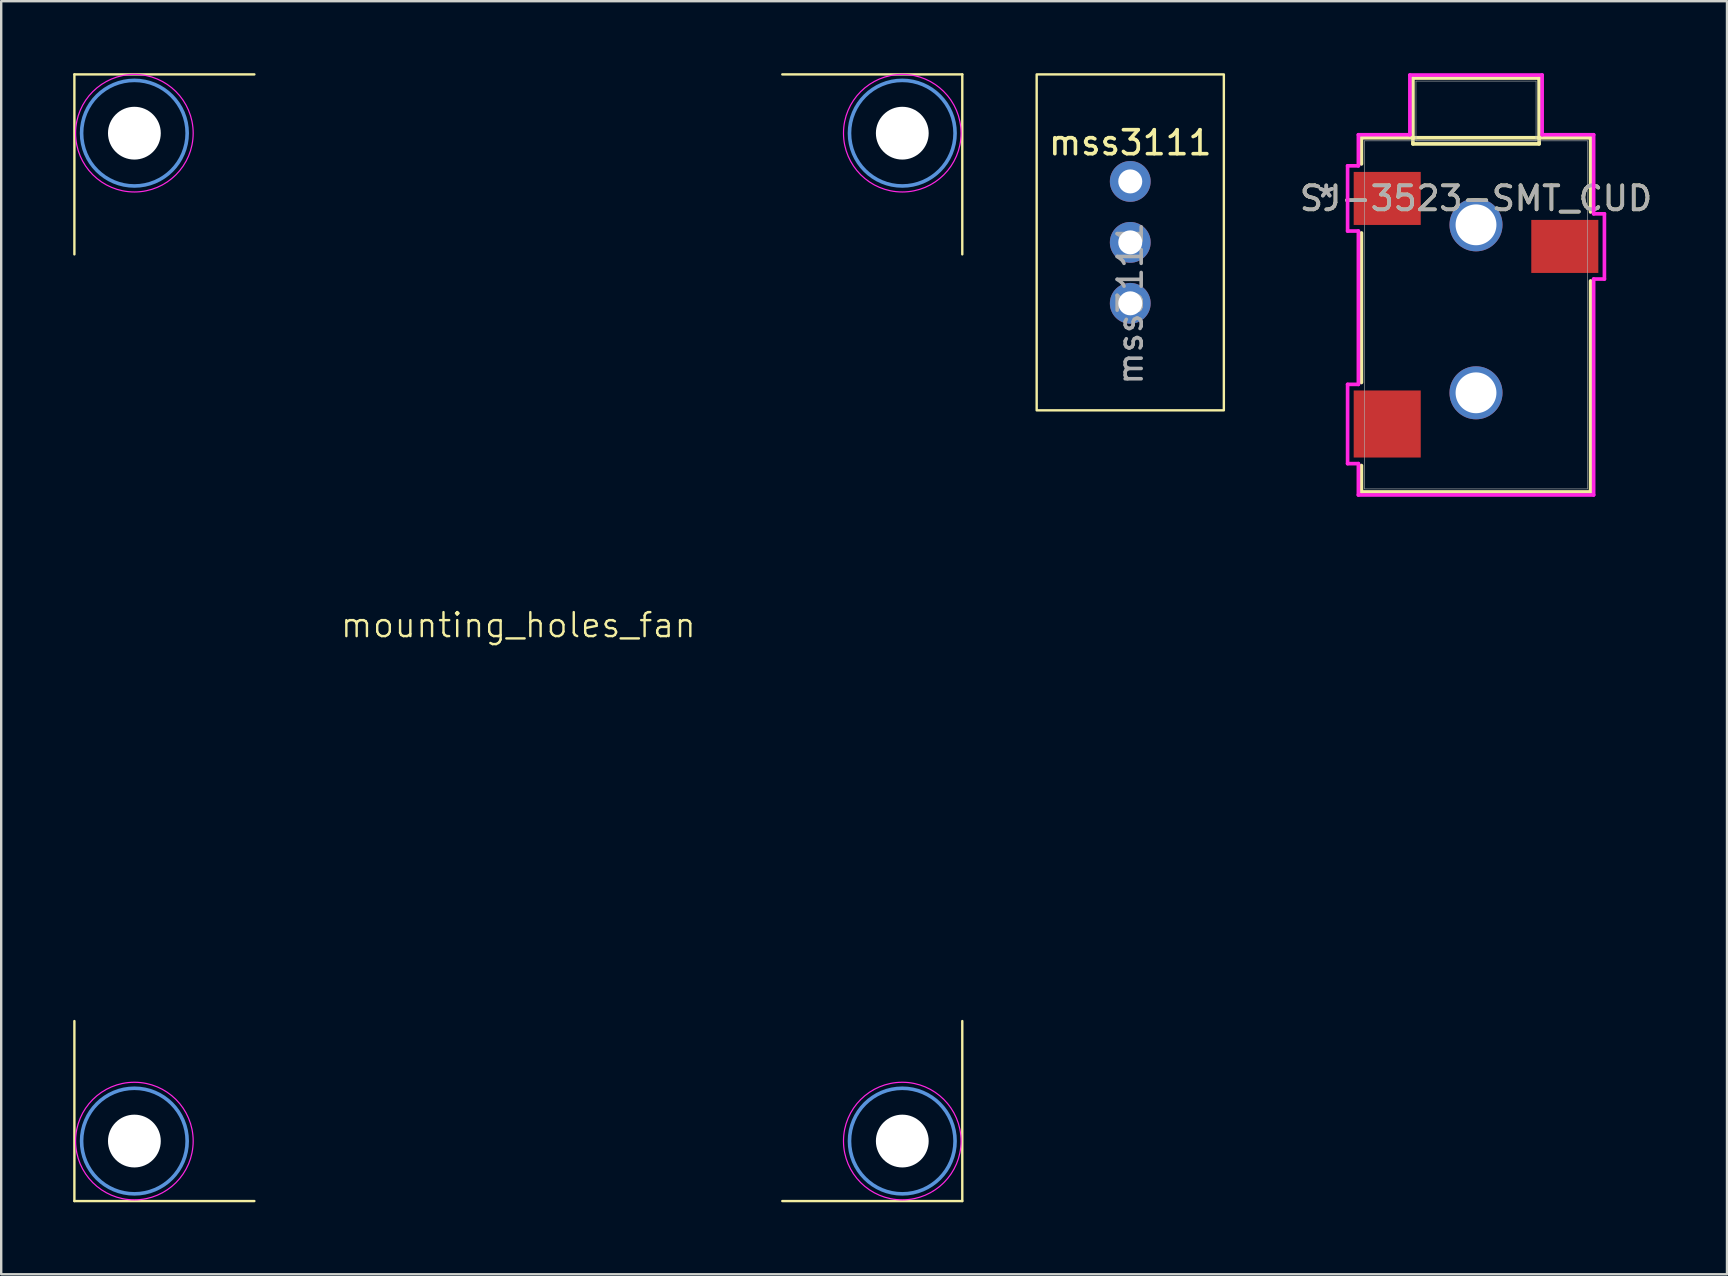
<source format=kicad_pcb>
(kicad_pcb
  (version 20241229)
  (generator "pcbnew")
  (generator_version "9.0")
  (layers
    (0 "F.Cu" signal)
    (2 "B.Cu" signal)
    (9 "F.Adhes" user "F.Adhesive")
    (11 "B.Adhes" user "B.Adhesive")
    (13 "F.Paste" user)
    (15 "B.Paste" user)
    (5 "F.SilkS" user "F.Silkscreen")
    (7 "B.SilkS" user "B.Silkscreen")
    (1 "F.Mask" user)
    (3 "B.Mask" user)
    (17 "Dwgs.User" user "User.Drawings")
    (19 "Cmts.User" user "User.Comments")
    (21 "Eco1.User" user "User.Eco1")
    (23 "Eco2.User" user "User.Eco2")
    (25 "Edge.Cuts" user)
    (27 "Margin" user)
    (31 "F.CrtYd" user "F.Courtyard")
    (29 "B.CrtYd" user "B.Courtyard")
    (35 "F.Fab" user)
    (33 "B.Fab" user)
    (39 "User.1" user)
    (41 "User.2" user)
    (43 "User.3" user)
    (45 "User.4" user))
  (footprint "mss3111"
    (layer "F.Cu")
    (at 44.05 7.05)
    (property "Reference" "mss3111" (at 0 -4.15 0) (layer "F.SilkS") (effects (font (size 1 1) (thickness 0.15))))
    (attr through_hole)
    (fp_rect (start -3.9 -7) (end 3.9 7) (stroke (width 0.1) (type default)) (fill no) (layer "F.SilkS"))
    (fp_text user "${REFERENCE}" (at 0 2.54 90) (layer "F.Fab") (effects (font (size 1 1) (thickness 0.15))))
    (pad "1" thru_hole oval (at 0 -2.54) (size 1.7 1.7) (drill 1) (layers "*.Cu" "*.Mask"))
    (pad "2" thru_hole oval (at 0 0) (size 1.7 1.7) (drill 1) (layers "*.Cu" "*.Mask"))
    (pad "3" thru_hole oval (at 0 2.54) (size 1.7 1.7) (drill 1) (layers "*.Cu" "*.Mask")))
  (footprint "SJ-3523-SMT_CUD"
    (layer "F.Cu")
    (at 58.458 10.071)
    (property "Reference" "SJ-3523-SMT_CUD" (at 0 -4.852 0) (unlocked yes) (layer "F.SilkS") (effects (font (size 1 1) (thickness 0.15))))
    (attr smd)
    (fp_line (start -4.775 -7.379) (end -4.775 -6.289) (stroke (width 0.152) (type solid)) (layer "F.SilkS"))
    (fp_line (start -4.775 -3.414) (end -4.775 2.819) (stroke (width 0.152) (type solid)) (layer "F.SilkS"))
    (fp_line (start -4.775 6.278) (end -4.775 7.379) (stroke (width 0.152) (type solid)) (layer "F.SilkS"))
    (fp_line (start -4.775 7.379) (end 4.775 7.379) (stroke (width 0.152) (type solid)) (layer "F.SilkS"))
    (fp_line (start -2.629 -9.868) (end -2.629 -7.125) (stroke (width 0.152) (type solid)) (layer "F.SilkS"))
    (fp_line (start -2.629 -7.125) (end 2.629 -7.125) (stroke (width 0.152) (type solid)) (layer "F.SilkS"))
    (fp_line (start 2.629 -9.868) (end -2.629 -9.868) (stroke (width 0.152) (type solid)) (layer "F.SilkS"))
    (fp_line (start 2.629 -7.125) (end 2.629 -9.868) (stroke (width 0.152) (type solid)) (layer "F.SilkS"))
    (fp_line (start 4.775 -7.379) (end -4.775 -7.379) (stroke (width 0.152) (type solid)) (layer "F.SilkS"))
    (fp_line (start 4.775 -4.289) (end 4.775 -7.379) (stroke (width 0.152) (type solid)) (layer "F.SilkS"))
    (fp_line (start 4.775 7.379) (end 4.775 -1.414) (stroke (width 0.152) (type solid)) (layer "F.SilkS"))
    (fp_line (start -5.351 -6.211) (end -5.351 -3.493) (stroke (width 0.152) (type solid)) (layer "F.CrtYd"))
    (fp_line (start -5.351 -3.493) (end -4.902 -3.493) (stroke (width 0.152) (type solid)) (layer "F.CrtYd"))
    (fp_line (start -5.351 2.897) (end -5.351 6.199) (stroke (width 0.152) (type solid)) (layer "F.CrtYd"))
    (fp_line (start -5.351 6.199) (end -4.902 6.199) (stroke (width 0.152) (type solid)) (layer "F.CrtYd"))
    (fp_line (start -4.902 -7.506) (end -4.902 -6.211) (stroke (width 0.152) (type solid)) (layer "F.CrtYd"))
    (fp_line (start -4.902 -6.211) (end -5.351 -6.211) (stroke (width 0.152) (type solid)) (layer "F.CrtYd"))
    (fp_line (start -4.902 -3.493) (end -4.902 2.897) (stroke (width 0.152) (type solid)) (layer "F.CrtYd"))
    (fp_line (start -4.902 2.897) (end -5.351 2.897) (stroke (width 0.152) (type solid)) (layer "F.CrtYd"))
    (fp_line (start -4.902 6.199) (end -4.902 7.506) (stroke (width 0.152) (type solid)) (layer "F.CrtYd"))
    (fp_line (start -4.902 7.506) (end 4.902 7.506) (stroke (width 0.152) (type solid)) (layer "F.CrtYd"))
    (fp_line (start -2.756 -9.995) (end -2.756 -7.506) (stroke (width 0.152) (type solid)) (layer "F.CrtYd"))
    (fp_line (start -2.756 -7.506) (end -4.902 -7.506) (stroke (width 0.152) (type solid)) (layer "F.CrtYd"))
    (fp_line (start 2.756 -9.995) (end -2.756 -9.995) (stroke (width 0.152) (type solid)) (layer "F.CrtYd"))
    (fp_line (start 2.756 -7.506) (end 2.756 -9.995) (stroke (width 0.152) (type solid)) (layer "F.CrtYd"))
    (fp_line (start 4.902 -7.506) (end 2.756 -7.506) (stroke (width 0.152) (type solid)) (layer "F.CrtYd"))
    (fp_line (start 4.902 -4.211) (end 4.902 -7.506) (stroke (width 0.152) (type solid)) (layer "F.CrtYd"))
    (fp_line (start 4.902 -1.493) (end 5.351 -1.493) (stroke (width 0.152) (type solid)) (layer "F.CrtYd"))
    (fp_line (start 4.902 7.506) (end 4.902 -1.493) (stroke (width 0.152) (type solid)) (layer "F.CrtYd"))
    (fp_line (start 5.351 -4.211) (end 4.902 -4.211) (stroke (width 0.152) (type solid)) (layer "F.CrtYd"))
    (fp_line (start 5.351 -1.493) (end 5.351 -4.211) (stroke (width 0.152) (type solid)) (layer "F.CrtYd"))
    (fp_line (start -4.648 -7.252) (end -4.648 7.252) (stroke (width 0.025) (type solid)) (layer "F.Fab"))
    (fp_line (start -4.648 7.252) (end 4.648 7.252) (stroke (width 0.025) (type solid)) (layer "F.Fab"))
    (fp_line (start -2.502 -9.741) (end -2.502 -7.252) (stroke (width 0.025) (type solid)) (layer "F.Fab"))
    (fp_line (start -2.502 -7.252) (end 2.502 -7.252) (stroke (width 0.025) (type solid)) (layer "F.Fab"))
    (fp_line (start 2.502 -9.741) (end -2.502 -9.741) (stroke (width 0.025) (type solid)) (layer "F.Fab"))
    (fp_line (start 2.502 -7.252) (end 2.502 -9.741) (stroke (width 0.025) (type solid)) (layer "F.Fab"))
    (fp_line (start 4.648 -7.252) (end -4.648 -7.252) (stroke (width 0.025) (type solid)) (layer "F.Fab"))
    (fp_line (start 4.648 7.252) (end 4.648 -7.252) (stroke (width 0.025) (type solid)) (layer "F.Fab"))
    (fp_text user "*" (at -6.24 -4.852 0) (unlocked yes) (layer "F.Fab") (effects (font (size 1 1) (thickness 0.15))))
    (fp_text user "${REFERENCE}" (at 0 -4.852 0) (unlocked yes) (layer "F.Fab") (effects (font (size 1 1) (thickness 0.15))))
    (fp_text user "*" (at -6.24 -4.852 0) (layer "F.Fab") (effects (font (size 1 1) (thickness 0.15))))
    (pad "" np_thru_hole circle (at 0 -3.752) (size 2.21 2.21) (drill 1.702) (layers "*.Cu" "*.Mask"))
    (pad "" np_thru_hole circle (at 0 3.248) (size 2.21 2.21) (drill 1.702) (layers "*.Cu" "*.Mask"))
    (pad "1" smd rect (at -3.7 -4.852) (size 2.794 2.21) (layers "F.Cu" "F.Mask" "F.Paste"))
    (pad "2" smd rect (at -3.7 4.548) (size 2.794 2.794) (layers "F.Cu" "F.Mask" "F.Paste"))
    (pad "3" smd rect (at 3.7 -2.852) (size 2.794 2.21) (layers "F.Cu" "F.Mask" "F.Paste")))
  (footprint "mounting_holes_fan"
    (layer "F.Cu")
    (at 18.55 23.5)
    (property "Reference" "mounting_holes_fan" (at 0 -0.5 0) (unlocked yes) (layer "F.SilkS") (effects (font (size 1 1) (thickness 0.1))))
    (fp_line (start -18.5 -23.45) (end -11 -23.45) (stroke (width 0.1) (type default)) (layer "F.SilkS"))
    (fp_line (start -18.5 -15.95) (end -18.5 -23.45) (stroke (width 0.1) (type default)) (layer "F.SilkS"))
    (fp_line (start -18.5 16) (end -18.5 23.5) (stroke (width 0.1) (type default)) (layer "F.SilkS"))
    (fp_line (start -18.5 23.5) (end -11 23.5) (stroke (width 0.1) (type default)) (layer "F.SilkS"))
    (fp_line (start 18.5 -23.45) (end 11 -23.45) (stroke (width 0.1) (type default)) (layer "F.SilkS"))
    (fp_line (start 18.5 -15.95) (end 18.5 -23.45) (stroke (width 0.1) (type default)) (layer "F.SilkS"))
    (fp_line (start 18.5 16) (end 18.5 23.5) (stroke (width 0.1) (type default)) (layer "F.SilkS"))
    (fp_line (start 18.5 23.5) (end 11 23.5) (stroke (width 0.1) (type default)) (layer "F.SilkS"))
    (fp_circle (center -16 -21) (end -13.8 -21) (stroke (width 0.15) (type solid)) (fill no) (layer "Cmts.User"))
    (fp_circle (center -16 21) (end -13.8 21) (stroke (width 0.15) (type solid)) (fill no) (layer "Cmts.User"))
    (fp_circle (center 16 -21) (end 18.2 -21) (stroke (width 0.15) (type solid)) (fill no) (layer "Cmts.User"))
    (fp_circle (center 16 21) (end 18.2 21) (stroke (width 0.15) (type solid)) (fill no) (layer "Cmts.User"))
    (fp_circle (center -16 -21) (end -13.55 -21) (stroke (width 0.05) (type solid)) (fill no) (layer "F.CrtYd"))
    (fp_circle (center -16 21) (end -13.55 21) (stroke (width 0.05) (type solid)) (fill no) (layer "F.CrtYd"))
    (fp_circle (center 16 -21) (end 18.45 -21) (stroke (width 0.05) (type solid)) (fill no) (layer "F.CrtYd"))
    (fp_circle (center 16 21) (end 18.45 21) (stroke (width 0.05) (type solid)) (fill no) (layer "F.CrtYd"))
    (pad "" np_thru_hole circle (at -16 -21) (size 2.2 2.2) (drill 2.2) (layers "*.Cu" "*.Mask"))
    (pad "" np_thru_hole circle (at -16 21) (size 2.2 2.2) (drill 2.2) (layers "*.Cu" "*.Mask"))
    (pad "" np_thru_hole circle (at 16 -21) (size 2.2 2.2) (drill 2.2) (layers "*.Cu" "*.Mask"))
    (pad "" np_thru_hole circle (at 16 21) (size 2.2 2.2) (drill 2.2) (layers "*.Cu" "*.Mask")))
  (gr_rect
    (start -3 -3)
    (end 68.917 50.05)
    (stroke (width 0.1) (type default))
    (fill no)
    (layer "Edge.Cuts")))
</source>
